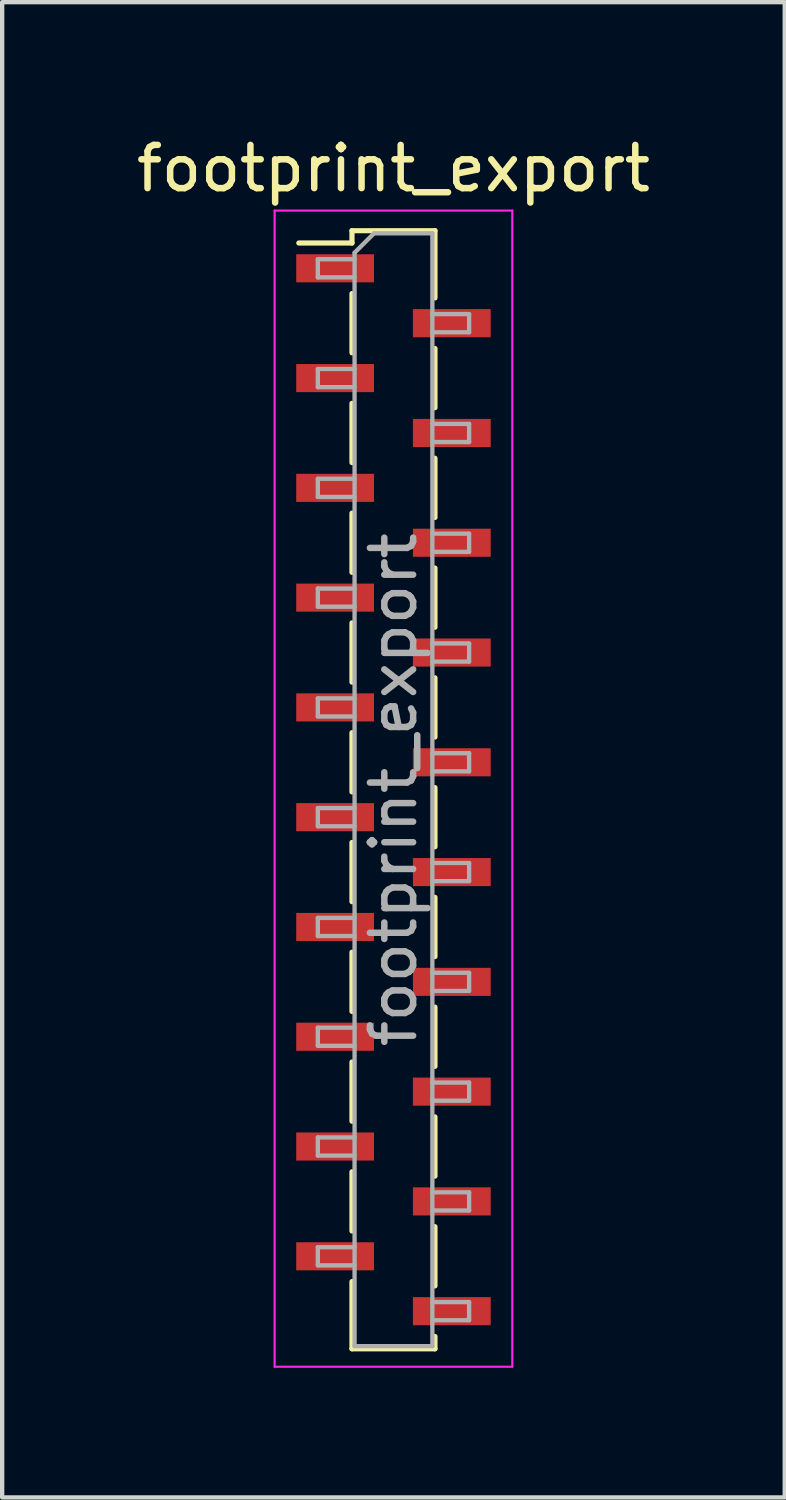
<source format=kicad_pcb>
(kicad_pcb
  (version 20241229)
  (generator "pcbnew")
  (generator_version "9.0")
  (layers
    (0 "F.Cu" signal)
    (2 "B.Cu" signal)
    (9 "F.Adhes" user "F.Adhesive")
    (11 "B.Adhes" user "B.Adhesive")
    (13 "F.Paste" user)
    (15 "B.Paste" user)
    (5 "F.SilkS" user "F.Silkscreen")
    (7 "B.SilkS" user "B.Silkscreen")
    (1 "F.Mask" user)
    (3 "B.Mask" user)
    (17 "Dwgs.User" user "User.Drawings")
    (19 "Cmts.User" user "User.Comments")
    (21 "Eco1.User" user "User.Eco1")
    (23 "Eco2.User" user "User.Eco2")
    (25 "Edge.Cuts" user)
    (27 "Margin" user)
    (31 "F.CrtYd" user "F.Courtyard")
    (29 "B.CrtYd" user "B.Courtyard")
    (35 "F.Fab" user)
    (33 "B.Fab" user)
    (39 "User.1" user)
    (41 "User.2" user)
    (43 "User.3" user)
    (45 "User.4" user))
  (footprint "footprint_export"
    (layer "F.Cu")
    (at 6.054 15.223)
    (property "Reference" "footprint_export" (at 0 -14.375 0) (layer "F.SilkS") (effects (font (size 1 1) (thickness 0.15))))
    (attr smd)
    (fp_line (start -2.19 -12.65) (end -0.96 -12.65) (stroke (width 0.12) (type solid)) (layer "F.SilkS"))
    (fp_line (start -0.96 -12.935) (end -0.96 -12.65) (stroke (width 0.12) (type solid)) (layer "F.SilkS"))
    (fp_line (start -0.96 -12.935) (end 0.96 -12.935) (stroke (width 0.12) (type solid)) (layer "F.SilkS"))
    (fp_line (start -0.96 -11.48) (end -0.96 -10.11) (stroke (width 0.12) (type solid)) (layer "F.SilkS"))
    (fp_line (start -0.96 -8.94) (end -0.96 -7.57) (stroke (width 0.12) (type solid)) (layer "F.SilkS"))
    (fp_line (start -0.96 -6.4) (end -0.96 -5.03) (stroke (width 0.12) (type solid)) (layer "F.SilkS"))
    (fp_line (start -0.96 -3.86) (end -0.96 -2.49) (stroke (width 0.12) (type solid)) (layer "F.SilkS"))
    (fp_line (start -0.96 -1.32) (end -0.96 0.05) (stroke (width 0.12) (type solid)) (layer "F.SilkS"))
    (fp_line (start -0.96 1.22) (end -0.96 2.59) (stroke (width 0.12) (type solid)) (layer "F.SilkS"))
    (fp_line (start -0.96 3.76) (end -0.96 5.13) (stroke (width 0.12) (type solid)) (layer "F.SilkS"))
    (fp_line (start -0.96 6.3) (end -0.96 7.67) (stroke (width 0.12) (type solid)) (layer "F.SilkS"))
    (fp_line (start -0.96 8.84) (end -0.96 10.21) (stroke (width 0.12) (type solid)) (layer "F.SilkS"))
    (fp_line (start -0.96 11.38) (end -0.96 12.935) (stroke (width 0.12) (type solid)) (layer "F.SilkS"))
    (fp_line (start -0.96 12.935) (end 0.96 12.935) (stroke (width 0.12) (type solid)) (layer "F.SilkS"))
    (fp_line (start 0.96 -12.935) (end 0.96 -11.38) (stroke (width 0.12) (type solid)) (layer "F.SilkS"))
    (fp_line (start 0.96 -10.21) (end 0.96 -8.84) (stroke (width 0.12) (type solid)) (layer "F.SilkS"))
    (fp_line (start 0.96 -7.67) (end 0.96 -6.3) (stroke (width 0.12) (type solid)) (layer "F.SilkS"))
    (fp_line (start 0.96 -5.13) (end 0.96 -3.76) (stroke (width 0.12) (type solid)) (layer "F.SilkS"))
    (fp_line (start 0.96 -2.59) (end 0.96 -1.22) (stroke (width 0.12) (type solid)) (layer "F.SilkS"))
    (fp_line (start 0.96 -0.05) (end 0.96 1.32) (stroke (width 0.12) (type solid)) (layer "F.SilkS"))
    (fp_line (start 0.96 2.49) (end 0.96 3.86) (stroke (width 0.12) (type solid)) (layer "F.SilkS"))
    (fp_line (start 0.96 5.03) (end 0.96 6.4) (stroke (width 0.12) (type solid)) (layer "F.SilkS"))
    (fp_line (start 0.96 7.57) (end 0.96 8.94) (stroke (width 0.12) (type solid)) (layer "F.SilkS"))
    (fp_line (start 0.96 10.11) (end 0.96 11.48) (stroke (width 0.12) (type solid)) (layer "F.SilkS"))
    (fp_line (start 0.96 12.65) (end 0.96 12.935) (stroke (width 0.12) (type solid)) (layer "F.SilkS"))
    (fp_line (start -2.75 -13.4) (end 2.75 -13.4) (stroke (width 0.05) (type solid)) (layer "F.CrtYd"))
    (fp_line (start -2.75 13.35) (end -2.75 -13.4) (stroke (width 0.05) (type solid)) (layer "F.CrtYd"))
    (fp_line (start 2.75 -13.4) (end 2.75 13.35) (stroke (width 0.05) (type solid)) (layer "F.CrtYd"))
    (fp_line (start 2.75 13.35) (end -2.75 13.35) (stroke (width 0.05) (type solid)) (layer "F.CrtYd"))
    (fp_line (start -1.75 -12.275) (end -0.9 -12.275) (stroke (width 0.1) (type solid)) (layer "F.Fab"))
    (fp_line (start -1.75 -11.855) (end -1.75 -12.275) (stroke (width 0.1) (type solid)) (layer "F.Fab"))
    (fp_line (start -1.75 -9.735) (end -0.9 -9.735) (stroke (width 0.1) (type solid)) (layer "F.Fab"))
    (fp_line (start -1.75 -9.315) (end -1.75 -9.735) (stroke (width 0.1) (type solid)) (layer "F.Fab"))
    (fp_line (start -1.75 -7.195) (end -0.9 -7.195) (stroke (width 0.1) (type solid)) (layer "F.Fab"))
    (fp_line (start -1.75 -6.775) (end -1.75 -7.195) (stroke (width 0.1) (type solid)) (layer "F.Fab"))
    (fp_line (start -1.75 -4.655) (end -0.9 -4.655) (stroke (width 0.1) (type solid)) (layer "F.Fab"))
    (fp_line (start -1.75 -4.235) (end -1.75 -4.655) (stroke (width 0.1) (type solid)) (layer "F.Fab"))
    (fp_line (start -1.75 -2.115) (end -0.9 -2.115) (stroke (width 0.1) (type solid)) (layer "F.Fab"))
    (fp_line (start -1.75 -1.695) (end -1.75 -2.115) (stroke (width 0.1) (type solid)) (layer "F.Fab"))
    (fp_line (start -1.75 0.425) (end -0.9 0.425) (stroke (width 0.1) (type solid)) (layer "F.Fab"))
    (fp_line (start -1.75 0.845) (end -1.75 0.425) (stroke (width 0.1) (type solid)) (layer "F.Fab"))
    (fp_line (start -1.75 2.965) (end -0.9 2.965) (stroke (width 0.1) (type solid)) (layer "F.Fab"))
    (fp_line (start -1.75 3.385) (end -1.75 2.965) (stroke (width 0.1) (type solid)) (layer "F.Fab"))
    (fp_line (start -1.75 5.505) (end -0.9 5.505) (stroke (width 0.1) (type solid)) (layer "F.Fab"))
    (fp_line (start -1.75 5.925) (end -1.75 5.505) (stroke (width 0.1) (type solid)) (layer "F.Fab"))
    (fp_line (start -1.75 8.045) (end -0.9 8.045) (stroke (width 0.1) (type solid)) (layer "F.Fab"))
    (fp_line (start -1.75 8.465) (end -1.75 8.045) (stroke (width 0.1) (type solid)) (layer "F.Fab"))
    (fp_line (start -1.75 10.585) (end -0.9 10.585) (stroke (width 0.1) (type solid)) (layer "F.Fab"))
    (fp_line (start -1.75 11.005) (end -1.75 10.585) (stroke (width 0.1) (type solid)) (layer "F.Fab"))
    (fp_line (start -0.9 -12.425) (end -0.45 -12.875) (stroke (width 0.1) (type solid)) (layer "F.Fab"))
    (fp_line (start -0.9 -11.855) (end -1.75 -11.855) (stroke (width 0.1) (type solid)) (layer "F.Fab"))
    (fp_line (start -0.9 -9.315) (end -1.75 -9.315) (stroke (width 0.1) (type solid)) (layer "F.Fab"))
    (fp_line (start -0.9 -6.775) (end -1.75 -6.775) (stroke (width 0.1) (type solid)) (layer "F.Fab"))
    (fp_line (start -0.9 -4.235) (end -1.75 -4.235) (stroke (width 0.1) (type solid)) (layer "F.Fab"))
    (fp_line (start -0.9 -1.695) (end -1.75 -1.695) (stroke (width 0.1) (type solid)) (layer "F.Fab"))
    (fp_line (start -0.9 0.845) (end -1.75 0.845) (stroke (width 0.1) (type solid)) (layer "F.Fab"))
    (fp_line (start -0.9 3.385) (end -1.75 3.385) (stroke (width 0.1) (type solid)) (layer "F.Fab"))
    (fp_line (start -0.9 5.925) (end -1.75 5.925) (stroke (width 0.1) (type solid)) (layer "F.Fab"))
    (fp_line (start -0.9 8.465) (end -1.75 8.465) (stroke (width 0.1) (type solid)) (layer "F.Fab"))
    (fp_line (start -0.9 11.005) (end -1.75 11.005) (stroke (width 0.1) (type solid)) (layer "F.Fab"))
    (fp_line (start -0.9 12.875) (end -0.9 -12.425) (stroke (width 0.1) (type solid)) (layer "F.Fab"))
    (fp_line (start -0.45 -12.875) (end 0.9 -12.875) (stroke (width 0.1) (type solid)) (layer "F.Fab"))
    (fp_line (start 0.9 -12.875) (end 0.9 12.875) (stroke (width 0.1) (type solid)) (layer "F.Fab"))
    (fp_line (start 0.9 -11.005) (end 1.75 -11.005) (stroke (width 0.1) (type solid)) (layer "F.Fab"))
    (fp_line (start 0.9 -8.465) (end 1.75 -8.465) (stroke (width 0.1) (type solid)) (layer "F.Fab"))
    (fp_line (start 0.9 -5.925) (end 1.75 -5.925) (stroke (width 0.1) (type solid)) (layer "F.Fab"))
    (fp_line (start 0.9 -3.385) (end 1.75 -3.385) (stroke (width 0.1) (type solid)) (layer "F.Fab"))
    (fp_line (start 0.9 -0.845) (end 1.75 -0.845) (stroke (width 0.1) (type solid)) (layer "F.Fab"))
    (fp_line (start 0.9 1.695) (end 1.75 1.695) (stroke (width 0.1) (type solid)) (layer "F.Fab"))
    (fp_line (start 0.9 4.235) (end 1.75 4.235) (stroke (width 0.1) (type solid)) (layer "F.Fab"))
    (fp_line (start 0.9 6.775) (end 1.75 6.775) (stroke (width 0.1) (type solid)) (layer "F.Fab"))
    (fp_line (start 0.9 9.315) (end 1.75 9.315) (stroke (width 0.1) (type solid)) (layer "F.Fab"))
    (fp_line (start 0.9 11.855) (end 1.75 11.855) (stroke (width 0.1) (type solid)) (layer "F.Fab"))
    (fp_line (start 0.9 12.875) (end -0.9 12.875) (stroke (width 0.1) (type solid)) (layer "F.Fab"))
    (fp_line (start 1.75 -11.005) (end 1.75 -10.585) (stroke (width 0.1) (type solid)) (layer "F.Fab"))
    (fp_line (start 1.75 -10.585) (end 0.9 -10.585) (stroke (width 0.1) (type solid)) (layer "F.Fab"))
    (fp_line (start 1.75 -8.465) (end 1.75 -8.045) (stroke (width 0.1) (type solid)) (layer "F.Fab"))
    (fp_line (start 1.75 -8.045) (end 0.9 -8.045) (stroke (width 0.1) (type solid)) (layer "F.Fab"))
    (fp_line (start 1.75 -5.925) (end 1.75 -5.505) (stroke (width 0.1) (type solid)) (layer "F.Fab"))
    (fp_line (start 1.75 -5.505) (end 0.9 -5.505) (stroke (width 0.1) (type solid)) (layer "F.Fab"))
    (fp_line (start 1.75 -3.385) (end 1.75 -2.965) (stroke (width 0.1) (type solid)) (layer "F.Fab"))
    (fp_line (start 1.75 -2.965) (end 0.9 -2.965) (stroke (width 0.1) (type solid)) (layer "F.Fab"))
    (fp_line (start 1.75 -0.845) (end 1.75 -0.425) (stroke (width 0.1) (type solid)) (layer "F.Fab"))
    (fp_line (start 1.75 -0.425) (end 0.9 -0.425) (stroke (width 0.1) (type solid)) (layer "F.Fab"))
    (fp_line (start 1.75 1.695) (end 1.75 2.115) (stroke (width 0.1) (type solid)) (layer "F.Fab"))
    (fp_line (start 1.75 2.115) (end 0.9 2.115) (stroke (width 0.1) (type solid)) (layer "F.Fab"))
    (fp_line (start 1.75 4.235) (end 1.75 4.655) (stroke (width 0.1) (type solid)) (layer "F.Fab"))
    (fp_line (start 1.75 4.655) (end 0.9 4.655) (stroke (width 0.1) (type solid)) (layer "F.Fab"))
    (fp_line (start 1.75 6.775) (end 1.75 7.195) (stroke (width 0.1) (type solid)) (layer "F.Fab"))
    (fp_line (start 1.75 7.195) (end 0.9 7.195) (stroke (width 0.1) (type solid)) (layer "F.Fab"))
    (fp_line (start 1.75 9.315) (end 1.75 9.735) (stroke (width 0.1) (type solid)) (layer "F.Fab"))
    (fp_line (start 1.75 9.735) (end 0.9 9.735) (stroke (width 0.1) (type solid)) (layer "F.Fab"))
    (fp_line (start 1.75 11.855) (end 1.75 12.275) (stroke (width 0.1) (type solid)) (layer "F.Fab"))
    (fp_line (start 1.75 12.275) (end 0.9 12.275) (stroke (width 0.1) (type solid)) (layer "F.Fab"))
    (fp_text user "${REFERENCE}" (at 0 0 90) (layer "F.Fab") (effects (font (size 1 1) (thickness 0.15))))
    (pad "1" smd rect (at -1.35 -12.065) (size 1.8 0.65) (layers "F.Cu" "F.Mask" "F.Paste"))
    (pad "2" smd rect (at 1.35 -10.795) (size 1.8 0.65) (layers "F.Cu" "F.Mask" "F.Paste"))
    (pad "3" smd rect (at -1.35 -9.525) (size 1.8 0.65) (layers "F.Cu" "F.Mask" "F.Paste"))
    (pad "4" smd rect (at 1.35 -8.255) (size 1.8 0.65) (layers "F.Cu" "F.Mask" "F.Paste"))
    (pad "5" smd rect (at -1.35 -6.985) (size 1.8 0.65) (layers "F.Cu" "F.Mask" "F.Paste"))
    (pad "6" smd rect (at 1.35 -5.715) (size 1.8 0.65) (layers "F.Cu" "F.Mask" "F.Paste"))
    (pad "7" smd rect (at -1.35 -4.445) (size 1.8 0.65) (layers "F.Cu" "F.Mask" "F.Paste"))
    (pad "8" smd rect (at 1.35 -3.175) (size 1.8 0.65) (layers "F.Cu" "F.Mask" "F.Paste"))
    (pad "9" smd rect (at -1.35 -1.905) (size 1.8 0.65) (layers "F.Cu" "F.Mask" "F.Paste"))
    (pad "10" smd rect (at 1.35 -0.635) (size 1.8 0.65) (layers "F.Cu" "F.Mask" "F.Paste"))
    (pad "11" smd rect (at -1.35 0.635) (size 1.8 0.65) (layers "F.Cu" "F.Mask" "F.Paste"))
    (pad "12" smd rect (at 1.35 1.905) (size 1.8 0.65) (layers "F.Cu" "F.Mask" "F.Paste"))
    (pad "13" smd rect (at -1.35 3.175) (size 1.8 0.65) (layers "F.Cu" "F.Mask" "F.Paste"))
    (pad "14" smd rect (at 1.35 4.445) (size 1.8 0.65) (layers "F.Cu" "F.Mask" "F.Paste"))
    (pad "15" smd rect (at -1.35 5.715) (size 1.8 0.65) (layers "F.Cu" "F.Mask" "F.Paste"))
    (pad "16" smd rect (at 1.35 6.985) (size 1.8 0.65) (layers "F.Cu" "F.Mask" "F.Paste"))
    (pad "17" smd rect (at -1.35 8.255) (size 1.8 0.65) (layers "F.Cu" "F.Mask" "F.Paste"))
    (pad "18" smd rect (at 1.35 9.525) (size 1.8 0.65) (layers "F.Cu" "F.Mask" "F.Paste"))
    (pad "19" smd rect (at -1.35 10.795) (size 1.8 0.65) (layers "F.Cu" "F.Mask" "F.Paste"))
    (pad "20" smd rect (at 1.35 12.065) (size 1.8 0.65) (layers "F.Cu" "F.Mask" "F.Paste")))
  (gr_rect
    (start -3 -3)
    (end 15.107 31.598)
    (stroke (width 0.1) (type default))
    (fill no)
    (layer "Edge.Cuts")))
</source>
